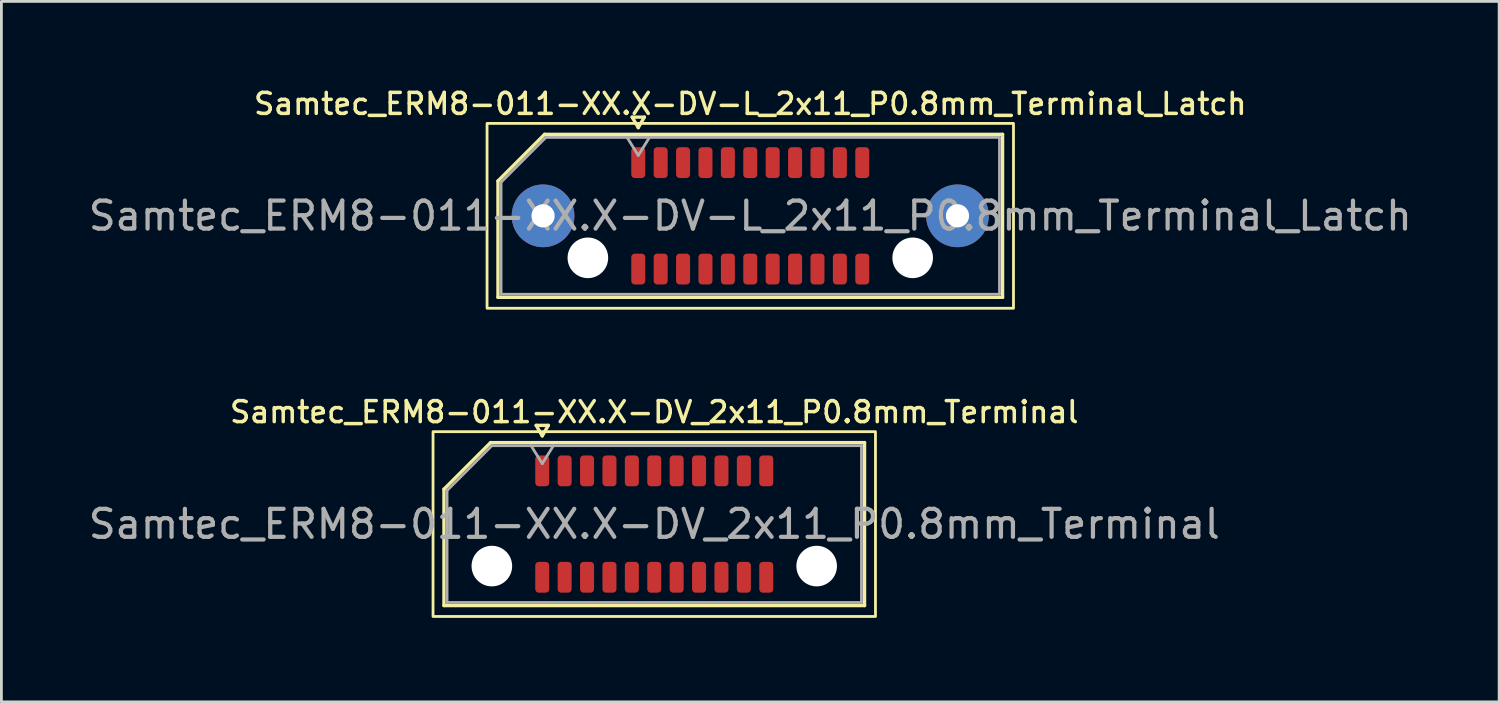
<source format=kicad_pcb>
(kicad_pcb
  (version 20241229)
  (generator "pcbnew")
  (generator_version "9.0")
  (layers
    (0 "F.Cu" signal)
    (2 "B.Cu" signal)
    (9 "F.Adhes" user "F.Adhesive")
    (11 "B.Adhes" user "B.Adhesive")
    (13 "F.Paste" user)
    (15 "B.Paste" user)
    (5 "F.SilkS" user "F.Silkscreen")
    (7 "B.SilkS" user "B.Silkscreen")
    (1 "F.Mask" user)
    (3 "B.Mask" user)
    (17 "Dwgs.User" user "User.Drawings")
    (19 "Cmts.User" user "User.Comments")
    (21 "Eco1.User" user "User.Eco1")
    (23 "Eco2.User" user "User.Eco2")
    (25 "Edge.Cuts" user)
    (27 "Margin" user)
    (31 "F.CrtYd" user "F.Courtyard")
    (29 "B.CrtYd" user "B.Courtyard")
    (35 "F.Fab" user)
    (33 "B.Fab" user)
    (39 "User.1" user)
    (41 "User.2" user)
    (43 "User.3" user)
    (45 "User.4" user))
  (footprint "Samtec_ERM8-011-XX.X-DV-L_2x11_P0.8mm_Terminal_Latch"
    (layer "F.Cu")
    (at 23.744 4.658)
    (property "Reference" "Samtec_ERM8-011-XX.X-DV-L_2x11_P0.8mm_Terminal_Latch" (at 0 -4 0) (layer "F.SilkS") (effects (font (size 0.75 0.75) (thickness 0.125))))
    (attr smd)
    (fp_line (start -9.01 -1.246) (end -7.346 -2.91) (stroke (width 0.12) (type solid)) (layer "F.SilkS"))
    (fp_line (start -9.01 2.91) (end -9.01 -1.246) (stroke (width 0.12) (type solid)) (layer "F.SilkS"))
    (fp_line (start -7.346 -2.91) (end 9.01 -2.91) (stroke (width 0.12) (type solid)) (layer "F.SilkS"))
    (fp_line (start -4.217 -3.525) (end -4 -3.15) (stroke (width 0.12) (type solid)) (layer "F.SilkS"))
    (fp_line (start -4 -3.15) (end -3.783 -3.525) (stroke (width 0.12) (type solid)) (layer "F.SilkS"))
    (fp_line (start -3.783 -3.525) (end -4.217 -3.525) (stroke (width 0.12) (type solid)) (layer "F.SilkS"))
    (fp_line (start 9.01 -2.91) (end 9.01 2.91) (stroke (width 0.12) (type solid)) (layer "F.SilkS"))
    (fp_line (start 9.01 2.91) (end -9.01 2.91) (stroke (width 0.12) (type solid)) (layer "F.SilkS"))
    (fp_rect (start -9.4 -3.3) (end 9.4 3.3) (stroke (width 0.1) (type solid)) (fill no) (layer "F.SilkS"))
    (fp_line (start -8.9 -1.2) (end -7.3 -2.8) (stroke (width 0.1) (type solid)) (layer "F.Fab"))
    (fp_line (start -8.9 2.8) (end -8.9 -1.2) (stroke (width 0.1) (type solid)) (layer "F.Fab"))
    (fp_line (start -7.3 -2.8) (end 8.9 -2.8) (stroke (width 0.1) (type solid)) (layer "F.Fab"))
    (fp_line (start -4.4 -2.8) (end -4 -2.16) (stroke (width 0.1) (type solid)) (layer "F.Fab"))
    (fp_line (start -4 -2.16) (end -3.6 -2.8) (stroke (width 0.1) (type solid)) (layer "F.Fab"))
    (fp_line (start 8.9 -2.8) (end 8.9 2.8) (stroke (width 0.1) (type solid)) (layer "F.Fab"))
    (fp_line (start 8.9 2.8) (end -8.9 2.8) (stroke (width 0.1) (type solid)) (layer "F.Fab"))
    (fp_text user "${REFERENCE}" (at 0 0 0) (layer "F.Fab") (effects (font (size 1 1) (thickness 0.15))))
    (pad "" thru_hole circle (at -7.4 0) (size 2.24 2.24) (drill 0.83) (layers "*.Cu" "*.Mask" "F.Paste"))
    (pad "" np_thru_hole circle (at -5.8 1.5) (size 1.45 1.45) (drill 1.45) (layers "*.Cu" "*.Mask"))
    (pad "" np_thru_hole circle (at 5.8 1.5) (size 1.45 1.45) (drill 1.45) (layers "*.Cu" "*.Mask"))
    (pad "" thru_hole circle (at 7.4 0) (size 2.24 2.24) (drill 0.83) (layers "*.Cu" "*.Mask" "F.Paste"))
    (pad "1" smd roundrect (at -4 -1.9) (size 0.5 1.1) (layers "F.Cu" "F.Mask" "F.Paste") (roundrect_rratio 0.25))
    (pad "2" smd roundrect (at -4 1.9) (size 0.5 1.1) (layers "F.Cu" "F.Mask" "F.Paste") (roundrect_rratio 0.25))
    (pad "3" smd roundrect (at -3.2 -1.9) (size 0.5 1.1) (layers "F.Cu" "F.Mask" "F.Paste") (roundrect_rratio 0.25))
    (pad "4" smd roundrect (at -3.2 1.9) (size 0.5 1.1) (layers "F.Cu" "F.Mask" "F.Paste") (roundrect_rratio 0.25))
    (pad "5" smd roundrect (at -2.4 -1.9) (size 0.5 1.1) (layers "F.Cu" "F.Mask" "F.Paste") (roundrect_rratio 0.25))
    (pad "6" smd roundrect (at -2.4 1.9) (size 0.5 1.1) (layers "F.Cu" "F.Mask" "F.Paste") (roundrect_rratio 0.25))
    (pad "7" smd roundrect (at -1.6 -1.9) (size 0.5 1.1) (layers "F.Cu" "F.Mask" "F.Paste") (roundrect_rratio 0.25))
    (pad "8" smd roundrect (at -1.6 1.9) (size 0.5 1.1) (layers "F.Cu" "F.Mask" "F.Paste") (roundrect_rratio 0.25))
    (pad "9" smd roundrect (at -0.8 -1.9) (size 0.5 1.1) (layers "F.Cu" "F.Mask" "F.Paste") (roundrect_rratio 0.25))
    (pad "10" smd roundrect (at -0.8 1.9) (size 0.5 1.1) (layers "F.Cu" "F.Mask" "F.Paste") (roundrect_rratio 0.25))
    (pad "11" smd roundrect (at 0 -1.9) (size 0.5 1.1) (layers "F.Cu" "F.Mask" "F.Paste") (roundrect_rratio 0.25))
    (pad "12" smd roundrect (at 0 1.9) (size 0.5 1.1) (layers "F.Cu" "F.Mask" "F.Paste") (roundrect_rratio 0.25))
    (pad "13" smd roundrect (at 0.8 -1.9) (size 0.5 1.1) (layers "F.Cu" "F.Mask" "F.Paste") (roundrect_rratio 0.25))
    (pad "14" smd roundrect (at 0.8 1.9) (size 0.5 1.1) (layers "F.Cu" "F.Mask" "F.Paste") (roundrect_rratio 0.25))
    (pad "15" smd roundrect (at 1.6 -1.9) (size 0.5 1.1) (layers "F.Cu" "F.Mask" "F.Paste") (roundrect_rratio 0.25))
    (pad "16" smd roundrect (at 1.6 1.9) (size 0.5 1.1) (layers "F.Cu" "F.Mask" "F.Paste") (roundrect_rratio 0.25))
    (pad "17" smd roundrect (at 2.4 -1.9) (size 0.5 1.1) (layers "F.Cu" "F.Mask" "F.Paste") (roundrect_rratio 0.25))
    (pad "18" smd roundrect (at 2.4 1.9) (size 0.5 1.1) (layers "F.Cu" "F.Mask" "F.Paste") (roundrect_rratio 0.25))
    (pad "19" smd roundrect (at 3.2 -1.9) (size 0.5 1.1) (layers "F.Cu" "F.Mask" "F.Paste") (roundrect_rratio 0.25))
    (pad "20" smd roundrect (at 3.2 1.9) (size 0.5 1.1) (layers "F.Cu" "F.Mask" "F.Paste") (roundrect_rratio 0.25))
    (pad "21" smd roundrect (at 4 -1.9) (size 0.5 1.1) (layers "F.Cu" "F.Mask" "F.Paste") (roundrect_rratio 0.25))
    (pad "22" smd roundrect (at 4 1.9) (size 0.5 1.1) (layers "F.Cu" "F.Mask" "F.Paste") (roundrect_rratio 0.25)))
  (footprint "Samtec_ERM8-011-XX.X-DV_2x11_P0.8mm_Terminal"
    (layer "F.Cu")
    (at 20.315 15.666)
    (property "Reference" "Samtec_ERM8-011-XX.X-DV_2x11_P0.8mm_Terminal" (at 0 -4 0) (layer "F.SilkS") (effects (font (size 0.75 0.75) (thickness 0.125))))
    (attr smd)
    (fp_line (start -7.51 -1.246) (end -5.846 -2.91) (stroke (width 0.12) (type solid)) (layer "F.SilkS"))
    (fp_line (start -7.51 2.91) (end -7.51 -1.246) (stroke (width 0.12) (type solid)) (layer "F.SilkS"))
    (fp_line (start -5.846 -2.91) (end 7.51 -2.91) (stroke (width 0.12) (type solid)) (layer "F.SilkS"))
    (fp_line (start -4.217 -3.525) (end -4 -3.15) (stroke (width 0.12) (type solid)) (layer "F.SilkS"))
    (fp_line (start -4 -3.15) (end -3.783 -3.525) (stroke (width 0.12) (type solid)) (layer "F.SilkS"))
    (fp_line (start -3.783 -3.525) (end -4.217 -3.525) (stroke (width 0.12) (type solid)) (layer "F.SilkS"))
    (fp_line (start 7.51 -2.91) (end 7.51 2.91) (stroke (width 0.12) (type solid)) (layer "F.SilkS"))
    (fp_line (start 7.51 2.91) (end -7.51 2.91) (stroke (width 0.12) (type solid)) (layer "F.SilkS"))
    (fp_rect (start -7.9 -3.3) (end 7.9 3.3) (stroke (width 0.1) (type solid)) (fill no) (layer "F.SilkS"))
    (fp_line (start -7.4 -1.2) (end -5.8 -2.8) (stroke (width 0.1) (type solid)) (layer "F.Fab"))
    (fp_line (start -7.4 2.8) (end -7.4 -1.2) (stroke (width 0.1) (type solid)) (layer "F.Fab"))
    (fp_line (start -5.8 -2.8) (end 7.4 -2.8) (stroke (width 0.1) (type solid)) (layer "F.Fab"))
    (fp_line (start -4.4 -2.8) (end -4 -2.16) (stroke (width 0.1) (type solid)) (layer "F.Fab"))
    (fp_line (start -4 -2.16) (end -3.6 -2.8) (stroke (width 0.1) (type solid)) (layer "F.Fab"))
    (fp_line (start 7.4 -2.8) (end 7.4 2.8) (stroke (width 0.1) (type solid)) (layer "F.Fab"))
    (fp_line (start 7.4 2.8) (end -7.4 2.8) (stroke (width 0.1) (type solid)) (layer "F.Fab"))
    (fp_text user "${REFERENCE}" (at 0 0 0) (layer "F.Fab") (effects (font (size 1 1) (thickness 0.15))))
    (pad "" np_thru_hole circle (at -5.8 1.5) (size 1.45 1.45) (drill 1.45) (layers "*.Cu" "*.Mask"))
    (pad "" np_thru_hole circle (at 5.8 1.5) (size 1.45 1.45) (drill 1.45) (layers "*.Cu" "*.Mask"))
    (pad "1" smd roundrect (at -4 -1.9) (size 0.5 1.1) (layers "F.Cu" "F.Mask" "F.Paste") (roundrect_rratio 0.25))
    (pad "2" smd roundrect (at -4 1.9) (size 0.5 1.1) (layers "F.Cu" "F.Mask" "F.Paste") (roundrect_rratio 0.25))
    (pad "3" smd roundrect (at -3.2 -1.9) (size 0.5 1.1) (layers "F.Cu" "F.Mask" "F.Paste") (roundrect_rratio 0.25))
    (pad "4" smd roundrect (at -3.2 1.9) (size 0.5 1.1) (layers "F.Cu" "F.Mask" "F.Paste") (roundrect_rratio 0.25))
    (pad "5" smd roundrect (at -2.4 -1.9) (size 0.5 1.1) (layers "F.Cu" "F.Mask" "F.Paste") (roundrect_rratio 0.25))
    (pad "6" smd roundrect (at -2.4 1.9) (size 0.5 1.1) (layers "F.Cu" "F.Mask" "F.Paste") (roundrect_rratio 0.25))
    (pad "7" smd roundrect (at -1.6 -1.9) (size 0.5 1.1) (layers "F.Cu" "F.Mask" "F.Paste") (roundrect_rratio 0.25))
    (pad "8" smd roundrect (at -1.6 1.9) (size 0.5 1.1) (layers "F.Cu" "F.Mask" "F.Paste") (roundrect_rratio 0.25))
    (pad "9" smd roundrect (at -0.8 -1.9) (size 0.5 1.1) (layers "F.Cu" "F.Mask" "F.Paste") (roundrect_rratio 0.25))
    (pad "10" smd roundrect (at -0.8 1.9) (size 0.5 1.1) (layers "F.Cu" "F.Mask" "F.Paste") (roundrect_rratio 0.25))
    (pad "11" smd roundrect (at 0 -1.9) (size 0.5 1.1) (layers "F.Cu" "F.Mask" "F.Paste") (roundrect_rratio 0.25))
    (pad "12" smd roundrect (at 0 1.9) (size 0.5 1.1) (layers "F.Cu" "F.Mask" "F.Paste") (roundrect_rratio 0.25))
    (pad "13" smd roundrect (at 0.8 -1.9) (size 0.5 1.1) (layers "F.Cu" "F.Mask" "F.Paste") (roundrect_rratio 0.25))
    (pad "14" smd roundrect (at 0.8 1.9) (size 0.5 1.1) (layers "F.Cu" "F.Mask" "F.Paste") (roundrect_rratio 0.25))
    (pad "15" smd roundrect (at 1.6 -1.9) (size 0.5 1.1) (layers "F.Cu" "F.Mask" "F.Paste") (roundrect_rratio 0.25))
    (pad "16" smd roundrect (at 1.6 1.9) (size 0.5 1.1) (layers "F.Cu" "F.Mask" "F.Paste") (roundrect_rratio 0.25))
    (pad "17" smd roundrect (at 2.4 -1.9) (size 0.5 1.1) (layers "F.Cu" "F.Mask" "F.Paste") (roundrect_rratio 0.25))
    (pad "18" smd roundrect (at 2.4 1.9) (size 0.5 1.1) (layers "F.Cu" "F.Mask" "F.Paste") (roundrect_rratio 0.25))
    (pad "19" smd roundrect (at 3.2 -1.9) (size 0.5 1.1) (layers "F.Cu" "F.Mask" "F.Paste") (roundrect_rratio 0.25))
    (pad "20" smd roundrect (at 3.2 1.9) (size 0.5 1.1) (layers "F.Cu" "F.Mask" "F.Paste") (roundrect_rratio 0.25))
    (pad "21" smd roundrect (at 4 -1.9) (size 0.5 1.1) (layers "F.Cu" "F.Mask" "F.Paste") (roundrect_rratio 0.25))
    (pad "22" smd roundrect (at 4 1.9) (size 0.5 1.1) (layers "F.Cu" "F.Mask" "F.Paste") (roundrect_rratio 0.25)))
  (gr_rect
    (start -3 -3)
    (end 50.488 22.016)
    (stroke (width 0.1) (type default))
    (fill no)
    (layer "Edge.Cuts")))
</source>
